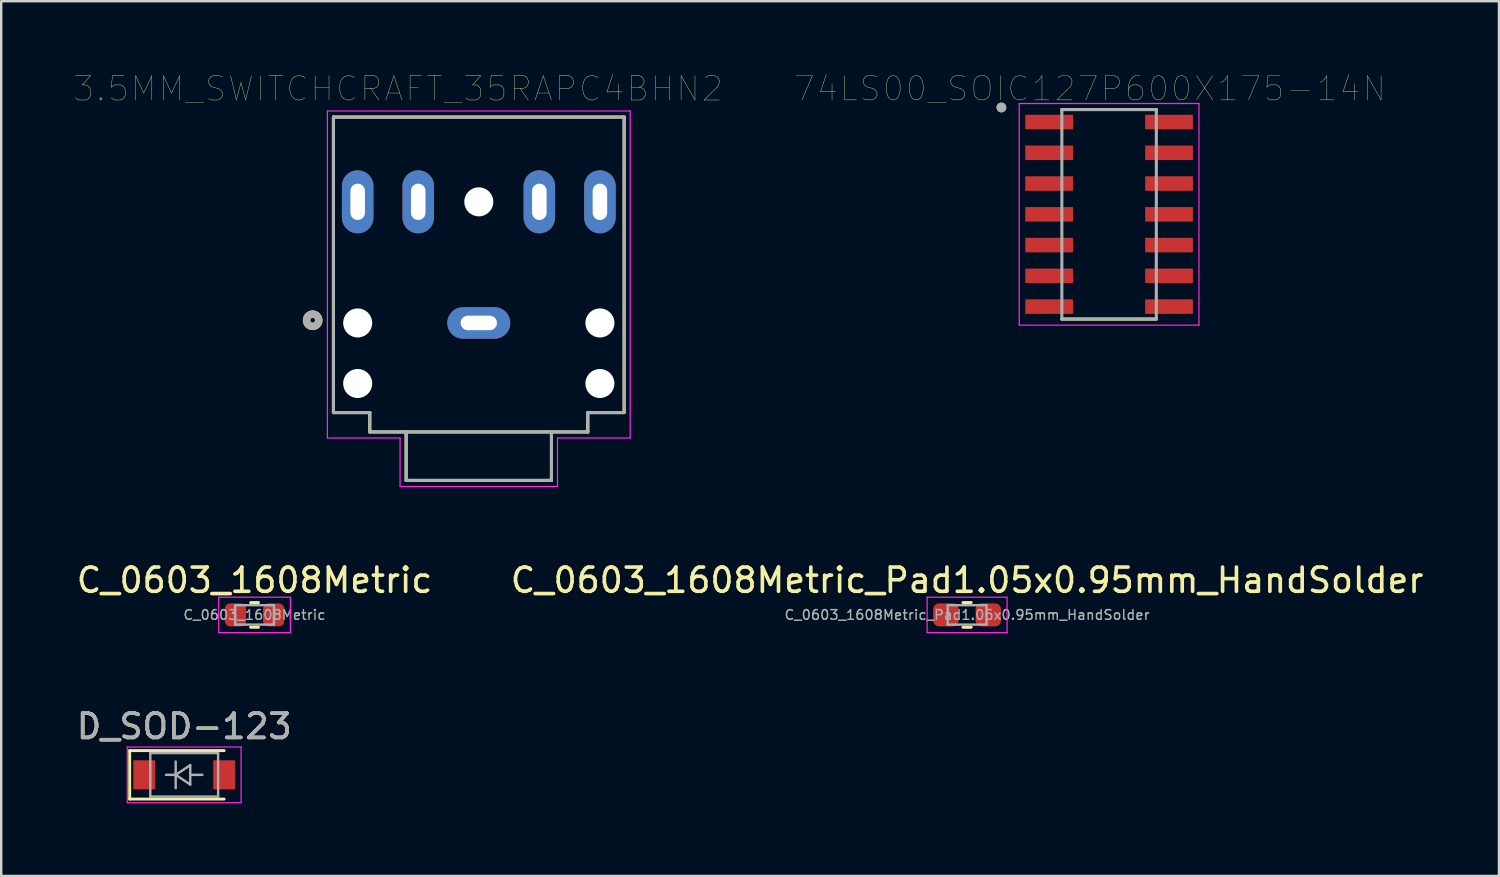
<source format=kicad_pcb>
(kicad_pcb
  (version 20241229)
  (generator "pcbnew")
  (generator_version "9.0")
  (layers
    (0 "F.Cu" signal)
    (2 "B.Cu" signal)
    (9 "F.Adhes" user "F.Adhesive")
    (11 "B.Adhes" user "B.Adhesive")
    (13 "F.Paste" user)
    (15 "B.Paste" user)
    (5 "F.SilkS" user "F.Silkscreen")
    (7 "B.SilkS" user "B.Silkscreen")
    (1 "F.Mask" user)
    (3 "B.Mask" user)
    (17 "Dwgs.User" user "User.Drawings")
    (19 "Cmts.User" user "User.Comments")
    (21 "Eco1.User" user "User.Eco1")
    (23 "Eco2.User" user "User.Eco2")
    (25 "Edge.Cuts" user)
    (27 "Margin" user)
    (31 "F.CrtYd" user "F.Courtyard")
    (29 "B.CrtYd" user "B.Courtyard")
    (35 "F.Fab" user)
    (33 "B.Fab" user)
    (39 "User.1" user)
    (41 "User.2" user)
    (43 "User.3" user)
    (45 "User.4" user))
  (footprint "C_0603_1608Metric"
    (layer "F.Cu")
    (at 7.458 22.335)
    (property "Reference" "C_0603_1608Metric" (at 0 -1.43 180) (layer "F.SilkS") (effects (font (size 1 1) (thickness 0.15))))
    (attr smd)
    (fp_line (start -0.163 -0.51) (end 0.163 -0.51) (stroke (width 0.12) (type solid)) (layer "F.SilkS"))
    (fp_line (start -0.163 0.51) (end 0.163 0.51) (stroke (width 0.12) (type solid)) (layer "F.SilkS"))
    (fp_line (start -1.48 -0.73) (end 1.48 -0.73) (stroke (width 0.05) (type solid)) (layer "F.CrtYd"))
    (fp_line (start -1.48 0.73) (end -1.48 -0.73) (stroke (width 0.05) (type solid)) (layer "F.CrtYd"))
    (fp_line (start 1.48 -0.73) (end 1.48 0.73) (stroke (width 0.05) (type solid)) (layer "F.CrtYd"))
    (fp_line (start 1.48 0.73) (end -1.48 0.73) (stroke (width 0.05) (type solid)) (layer "F.CrtYd"))
    (fp_line (start -0.8 -0.4) (end 0.8 -0.4) (stroke (width 0.1) (type solid)) (layer "F.Fab"))
    (fp_line (start -0.8 0.4) (end -0.8 -0.4) (stroke (width 0.1) (type solid)) (layer "F.Fab"))
    (fp_line (start 0.8 -0.4) (end 0.8 0.4) (stroke (width 0.1) (type solid)) (layer "F.Fab"))
    (fp_line (start 0.8 0.4) (end -0.8 0.4) (stroke (width 0.1) (type solid)) (layer "F.Fab"))
    (fp_text user "${REFERENCE}" (at 0 0 180) (layer "F.Fab") (effects (font (size 0.4 0.4) (thickness 0.06))))
    (pad "1" smd roundrect (at -0.787 0) (size 0.875 0.95) (layers "F.Cu" "F.Mask" "F.Paste") (roundrect_rratio 0.25))
    (pad "2" smd roundrect (at 0.787 0) (size 0.875 0.95) (layers "F.Cu" "F.Mask" "F.Paste") (roundrect_rratio 0.25)))
  (footprint "D_SOD-123"
    (layer "F.Cu")
    (at 4.554 28.938)
    (property "Reference" "D_SOD-123" (at 0 -2 180) (layer "F.SilkS") (effects (font (size 1 1) (thickness 0.15))))
    (attr smd)
    (fp_line (start -2.25 -1) (end -2.25 1) (stroke (width 0.12) (type solid)) (layer "F.SilkS"))
    (fp_line (start -2.25 -1) (end 1.65 -1) (stroke (width 0.12) (type solid)) (layer "F.SilkS"))
    (fp_line (start -2.25 1) (end 1.65 1) (stroke (width 0.12) (type solid)) (layer "F.SilkS"))
    (fp_line (start -2.35 -1.15) (end -2.35 1.15) (stroke (width 0.05) (type solid)) (layer "F.CrtYd"))
    (fp_line (start -2.35 -1.15) (end 2.35 -1.15) (stroke (width 0.05) (type solid)) (layer "F.CrtYd"))
    (fp_line (start 2.35 -1.15) (end 2.35 1.15) (stroke (width 0.05) (type solid)) (layer "F.CrtYd"))
    (fp_line (start 2.35 1.15) (end -2.35 1.15) (stroke (width 0.05) (type solid)) (layer "F.CrtYd"))
    (fp_line (start -1.4 -0.9) (end 1.4 -0.9) (stroke (width 0.1) (type solid)) (layer "F.Fab"))
    (fp_line (start -1.4 0.9) (end -1.4 -0.9) (stroke (width 0.1) (type solid)) (layer "F.Fab"))
    (fp_line (start -0.75 0) (end -0.35 0) (stroke (width 0.1) (type solid)) (layer "F.Fab"))
    (fp_line (start -0.35 0) (end -0.35 -0.55) (stroke (width 0.1) (type solid)) (layer "F.Fab"))
    (fp_line (start -0.35 0) (end -0.35 0.55) (stroke (width 0.1) (type solid)) (layer "F.Fab"))
    (fp_line (start -0.35 0) (end 0.25 -0.4) (stroke (width 0.1) (type solid)) (layer "F.Fab"))
    (fp_line (start 0.25 -0.4) (end 0.25 0.4) (stroke (width 0.1) (type solid)) (layer "F.Fab"))
    (fp_line (start 0.25 0) (end 0.75 0) (stroke (width 0.1) (type solid)) (layer "F.Fab"))
    (fp_line (start 0.25 0.4) (end -0.35 0) (stroke (width 0.1) (type solid)) (layer "F.Fab"))
    (fp_line (start 1.4 -0.9) (end 1.4 0.9) (stroke (width 0.1) (type solid)) (layer "F.Fab"))
    (fp_line (start 1.4 0.9) (end -1.4 0.9) (stroke (width 0.1) (type solid)) (layer "F.Fab"))
    (fp_text user "${REFERENCE}" (at 0 -2 180) (layer "F.Fab") (effects (font (size 1 1) (thickness 0.15))))
    (pad "1" smd rect (at -1.65 0) (size 0.9 1.2) (layers "F.Cu" "F.Mask" "F.Paste"))
    (pad "2" smd rect (at 1.65 0) (size 0.9 1.2) (layers "F.Cu" "F.Mask" "F.Paste")))
  (footprint "3.5MM_SWITCHCRAFT_35RAPC4BHN2"
    (layer "F.Cu")
    (at 16.716 9.282)
    (property "Reference" "3.5MM_SWITCHCRAFT_35RAPC4BHN2" (at -3.338 -8.668 0) (layer "F.SilkS") (effects (font (size 1.004 1.004) (thickness 0.015))))
    (attr through_hole)
    (fp_line (start -6 -7.5) (end 6 -7.5) (stroke (width 0.127) (type solid)) (layer "F.SilkS"))
    (fp_line (start -6 4.7) (end -6 -7.5) (stroke (width 0.127) (type solid)) (layer "F.SilkS"))
    (fp_line (start -4.5 4.7) (end -6 4.7) (stroke (width 0.127) (type solid)) (layer "F.SilkS"))
    (fp_line (start -4.5 5.5) (end -4.5 4.7) (stroke (width 0.127) (type solid)) (layer "F.SilkS"))
    (fp_line (start -4.5 5.5) (end -3 5.5) (stroke (width 0.127) (type solid)) (layer "F.SilkS"))
    (fp_line (start -3 5.5) (end 3 5.5) (stroke (width 0.127) (type solid)) (layer "F.SilkS"))
    (fp_line (start -3 7.5) (end -3 5.5) (stroke (width 0.127) (type solid)) (layer "F.SilkS"))
    (fp_line (start -3 7.5) (end 3 7.5) (stroke (width 0.127) (type solid)) (layer "F.SilkS"))
    (fp_line (start 3 5.5) (end 4.5 5.5) (stroke (width 0.127) (type solid)) (layer "F.SilkS"))
    (fp_line (start 3 7.5) (end 3 5.5) (stroke (width 0.127) (type solid)) (layer "F.SilkS"))
    (fp_line (start 4.5 4.7) (end 4.5 5.5) (stroke (width 0.127) (type solid)) (layer "F.SilkS"))
    (fp_line (start 6 -7.5) (end 6 4.7) (stroke (width 0.127) (type solid)) (layer "F.SilkS"))
    (fp_line (start 6 4.7) (end 4.5 4.7) (stroke (width 0.127) (type solid)) (layer "F.SilkS"))
    (fp_circle (center -6.858 0.89) (end -6.758 0.89) (stroke (width 0.305) (type solid)) (fill no) (layer "F.SilkS"))
    (fp_line (start -6.25 -7.75) (end 6.25 -7.75) (stroke (width 0.05) (type solid)) (layer "F.CrtYd"))
    (fp_line (start -6.25 5.75) (end -6.25 -7.75) (stroke (width 0.05) (type solid)) (layer "F.CrtYd"))
    (fp_line (start -3.25 5.75) (end -6.25 5.75) (stroke (width 0.05) (type solid)) (layer "F.CrtYd"))
    (fp_line (start -3.25 7.75) (end -3.25 5.75) (stroke (width 0.05) (type solid)) (layer "F.CrtYd"))
    (fp_line (start 3.25 5.75) (end 3.25 7.75) (stroke (width 0.05) (type solid)) (layer "F.CrtYd"))
    (fp_line (start 3.25 7.75) (end -3.25 7.75) (stroke (width 0.05) (type solid)) (layer "F.CrtYd"))
    (fp_line (start 6.25 -7.75) (end 6.25 5.75) (stroke (width 0.05) (type solid)) (layer "F.CrtYd"))
    (fp_line (start 6.25 5.75) (end 3.25 5.75) (stroke (width 0.05) (type solid)) (layer "F.CrtYd"))
    (fp_line (start -6 -7.5) (end 6 -7.5) (stroke (width 0.127) (type solid)) (layer "F.Fab"))
    (fp_line (start -6 4.7) (end -6 -7.5) (stroke (width 0.127) (type solid)) (layer "F.Fab"))
    (fp_line (start -4.5 4.7) (end -6 4.7) (stroke (width 0.127) (type solid)) (layer "F.Fab"))
    (fp_line (start -4.5 5.5) (end -4.5 4.7) (stroke (width 0.127) (type solid)) (layer "F.Fab"))
    (fp_line (start -4.5 5.5) (end -3 5.5) (stroke (width 0.127) (type solid)) (layer "F.Fab"))
    (fp_line (start -3 5.5) (end 3 5.5) (stroke (width 0.127) (type solid)) (layer "F.Fab"))
    (fp_line (start -3 7.5) (end -3 5.5) (stroke (width 0.127) (type solid)) (layer "F.Fab"))
    (fp_line (start -3 7.5) (end 3 7.5) (stroke (width 0.127) (type solid)) (layer "F.Fab"))
    (fp_line (start 3 5.5) (end 4.5 5.5) (stroke (width 0.127) (type solid)) (layer "F.Fab"))
    (fp_line (start 3 7.5) (end 3 5.5) (stroke (width 0.127) (type solid)) (layer "F.Fab"))
    (fp_line (start 4.5 4.7) (end 4.5 5.5) (stroke (width 0.127) (type solid)) (layer "F.Fab"))
    (fp_line (start 6 -7.5) (end 6 4.7) (stroke (width 0.127) (type solid)) (layer "F.Fab"))
    (fp_line (start 6 4.7) (end 4.5 4.7) (stroke (width 0.127) (type solid)) (layer "F.Fab"))
    (fp_circle (center -6.858 0.89) (end -6.758 0.89) (stroke (width 0.305) (type solid)) (fill no) (layer "F.Fab"))
    (pad "" np_thru_hole circle (at -5 1) (size 1.2 1.2) (drill 1.2) (layers "*.Cu" "*.Mask"))
    (pad "" np_thru_hole circle (at -5 3.5) (size 1.2 1.2) (drill 1.2) (layers "*.Cu" "*.Mask"))
    (pad "" np_thru_hole circle (at 0 -4) (size 1.2 1.2) (drill 1.2) (layers "*.Cu" "*.Mask"))
    (pad "" np_thru_hole circle (at 5 1) (size 1.2 1.2) (drill 1.2) (layers "*.Cu" "*.Mask"))
    (pad "" np_thru_hole circle (at 5 3.5) (size 1.2 1.2) (drill 1.2) (layers "*.Cu" "*.Mask"))
    (pad "1" thru_hole oval (at 0 1) (size 2.6 1.3) (drill oval 1.5 0.6) (layers "*.Cu" "*.Mask"))
    (pad "2" thru_hole oval (at 5 -4) (size 1.3 2.6) (drill oval 0.6 1.5) (layers "*.Cu" "*.Mask"))
    (pad "3" thru_hole oval (at -5 -4) (size 1.3 2.6) (drill oval 0.6 1.5) (layers "*.Cu" "*.Mask"))
    (pad "10" thru_hole oval (at 2.5 -4) (size 1.3 2.6) (drill oval 0.6 1.5) (layers "*.Cu" "*.Mask"))
    (pad "11" thru_hole oval (at -2.5 -4) (size 1.3 2.6) (drill oval 0.6 1.5) (layers "*.Cu" "*.Mask")))
  (footprint "C_0603_1608Metric_Pad1.05x0.95mm_HandSolder"
    (layer "F.Cu")
    (at 36.875 22.335)
    (property "Reference" "C_0603_1608Metric_Pad1.05x0.95mm_HandSolder" (at 0 -1.43 0) (layer "F.SilkS") (effects (font (size 1 1) (thickness 0.15))))
    (attr smd)
    (fp_line (start -0.171 -0.51) (end 0.171 -0.51) (stroke (width 0.12) (type solid)) (layer "F.SilkS"))
    (fp_line (start -0.171 0.51) (end 0.171 0.51) (stroke (width 0.12) (type solid)) (layer "F.SilkS"))
    (fp_line (start -1.65 -0.73) (end 1.65 -0.73) (stroke (width 0.05) (type solid)) (layer "F.CrtYd"))
    (fp_line (start -1.65 0.73) (end -1.65 -0.73) (stroke (width 0.05) (type solid)) (layer "F.CrtYd"))
    (fp_line (start 1.65 -0.73) (end 1.65 0.73) (stroke (width 0.05) (type solid)) (layer "F.CrtYd"))
    (fp_line (start 1.65 0.73) (end -1.65 0.73) (stroke (width 0.05) (type solid)) (layer "F.CrtYd"))
    (fp_line (start -0.8 -0.4) (end 0.8 -0.4) (stroke (width 0.1) (type solid)) (layer "F.Fab"))
    (fp_line (start -0.8 0.4) (end -0.8 -0.4) (stroke (width 0.1) (type solid)) (layer "F.Fab"))
    (fp_line (start 0.8 -0.4) (end 0.8 0.4) (stroke (width 0.1) (type solid)) (layer "F.Fab"))
    (fp_line (start 0.8 0.4) (end -0.8 0.4) (stroke (width 0.1) (type solid)) (layer "F.Fab"))
    (fp_text user "${REFERENCE}" (at 0 0 0) (layer "F.Fab") (effects (font (size 0.4 0.4) (thickness 0.06))))
    (pad "1" smd roundrect (at -0.875 0) (size 1.05 0.95) (layers "F.Cu" "F.Mask" "F.Paste") (roundrect_rratio 0.25))
    (pad "2" smd roundrect (at 0.875 0) (size 1.05 0.95) (layers "F.Cu" "F.Mask" "F.Paste") (roundrect_rratio 0.25)))
  (footprint "74LS00_SOIC127P600X175-14N"
    (layer "F.Cu")
    (at 42.737 5.798)
    (property "Reference" "74LS00_SOIC127P600X175-14N" (at -0.795 -5.187 0) (layer "F.SilkS") (effects (font (size 1 1) (thickness 0.015))))
    (attr through_hole)
    (fp_line (start -1.95 -4.325) (end 1.95 -4.325) (stroke (width 0.127) (type solid)) (layer "F.SilkS"))
    (fp_line (start -1.95 4.325) (end 1.95 4.325) (stroke (width 0.127) (type solid)) (layer "F.SilkS"))
    (fp_circle (center -4.445 -4.41) (end -4.245 -4.41) (stroke (width 0) (type solid)) (fill yes) (layer "F.SilkS"))
    (fp_line (start -3.71 -4.575) (end -3.71 4.575) (stroke (width 0.05) (type solid)) (layer "F.CrtYd"))
    (fp_line (start -3.71 -4.575) (end 3.71 -4.575) (stroke (width 0.05) (type solid)) (layer "F.CrtYd"))
    (fp_line (start -3.71 4.575) (end 3.71 4.575) (stroke (width 0.05) (type solid)) (layer "F.CrtYd"))
    (fp_line (start 3.71 -4.575) (end 3.71 4.575) (stroke (width 0.05) (type solid)) (layer "F.CrtYd"))
    (fp_line (start -1.95 -4.325) (end -1.95 4.325) (stroke (width 0.127) (type solid)) (layer "F.Fab"))
    (fp_line (start -1.95 -4.325) (end 1.95 -4.325) (stroke (width 0.127) (type solid)) (layer "F.Fab"))
    (fp_line (start -1.95 4.325) (end 1.95 4.325) (stroke (width 0.127) (type solid)) (layer "F.Fab"))
    (fp_line (start 1.95 -4.325) (end 1.95 4.325) (stroke (width 0.127) (type solid)) (layer "F.Fab"))
    (fp_circle (center -4.445 -4.41) (end -4.245 -4.41) (stroke (width 0) (type solid)) (fill yes) (layer "F.Fab"))
    (pad "1" smd rect (at -2.475 -3.81) (size 1.97 0.6) (layers "F.Cu" "F.Mask" "F.Paste"))
    (pad "2" smd rect (at -2.475 -2.54) (size 1.97 0.6) (layers "F.Cu" "F.Mask" "F.Paste"))
    (pad "3" smd rect (at -2.475 -1.27) (size 1.97 0.6) (layers "F.Cu" "F.Mask" "F.Paste"))
    (pad "4" smd rect (at -2.475 0) (size 1.97 0.6) (layers "F.Cu" "F.Mask" "F.Paste"))
    (pad "5" smd rect (at -2.475 1.27) (size 1.97 0.6) (layers "F.Cu" "F.Mask" "F.Paste"))
    (pad "6" smd rect (at -2.475 2.54) (size 1.97 0.6) (layers "F.Cu" "F.Mask" "F.Paste"))
    (pad "7" smd rect (at -2.475 3.81) (size 1.97 0.6) (layers "F.Cu" "F.Mask" "F.Paste"))
    (pad "8" smd rect (at 2.475 3.81) (size 1.97 0.6) (layers "F.Cu" "F.Mask" "F.Paste"))
    (pad "9" smd rect (at 2.475 2.54) (size 1.97 0.6) (layers "F.Cu" "F.Mask" "F.Paste"))
    (pad "10" smd rect (at 2.475 1.27) (size 1.97 0.6) (layers "F.Cu" "F.Mask" "F.Paste"))
    (pad "11" smd rect (at 2.475 0) (size 1.97 0.6) (layers "F.Cu" "F.Mask" "F.Paste"))
    (pad "12" smd rect (at 2.475 -1.27) (size 1.97 0.6) (layers "F.Cu" "F.Mask" "F.Paste"))
    (pad "13" smd rect (at 2.475 -2.54) (size 1.97 0.6) (layers "F.Cu" "F.Mask" "F.Paste"))
    (pad "14" smd rect (at 2.475 -3.81) (size 1.97 0.6) (layers "F.Cu" "F.Mask" "F.Paste")))
  (gr_rect
    (start -3 -3)
    (end 58.833 33.113)
    (stroke (width 0.1) (type default))
    (fill no)
    (layer "Edge.Cuts")))
</source>
